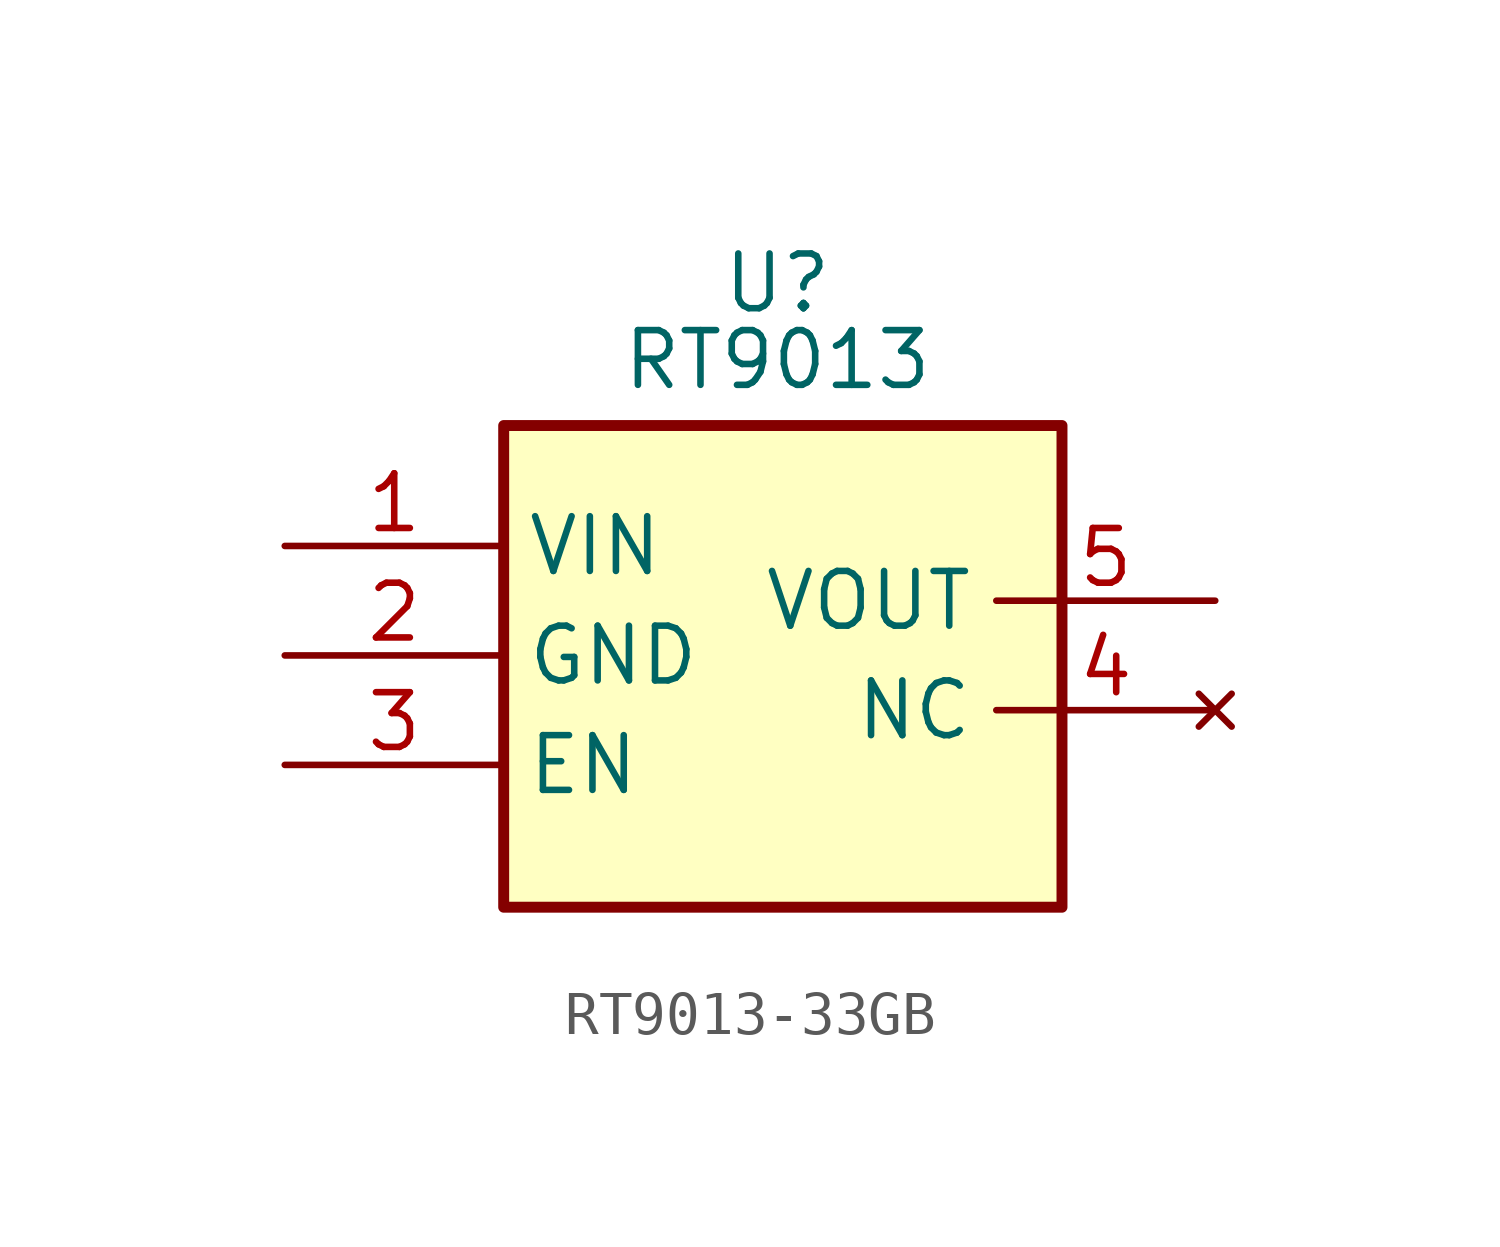
<source format=kicad_sym>
(kicad_symbol_lib
  (version 20231120)
  (generator "kicad_symbol_editor")
  (generator_version "8.0")
  (symbol "RT9013-33GB"
    (property "Reference" "U"
      (at 0 8.636 0)
      (effects (font (size 1.27 1.27))))
    (property "Value" "RT9013"
      (at 0 6.858 0)
      (effects (font (size 1.27 1.27))))
    (symbol "RT9013-33GB_1_1"
      (rectangle (start -6.35 5.334) (end 6.604 -5.842) (stroke (width 0.254) (type default)) (fill (type background)))
      (pin passive line (at -11.43 2.54 0) (length 5.08) (name "VIN" (effects (font (size 1.27 1.27)))) (number "1" (effects (font (size 1.27 1.27)))))
      (pin passive line (at -11.43 0 0) (length 5.08) (name "GND" (effects (font (size 1.27 1.27)))) (number "2" (effects (font (size 1.27 1.27)))))
      (pin passive line (at -11.43 -2.54 0) (length 5.08) (name "EN" (effects (font (size 1.27 1.27)))) (number "3" (effects (font (size 1.27 1.27)))))
      (pin no_connect line (at 10.16 -1.27 180) (length 5.08) (name "NC" (effects (font (size 1.27 1.27)))) (number "4" (effects (font (size 1.27 1.27)))))
      (pin passive line (at 10.16 1.27 180) (length 5.08) (name "VOUT" (effects (font (size 1.27 1.27)))) (number "5" (effects (font (size 1.27 1.27))))))))
</source>
